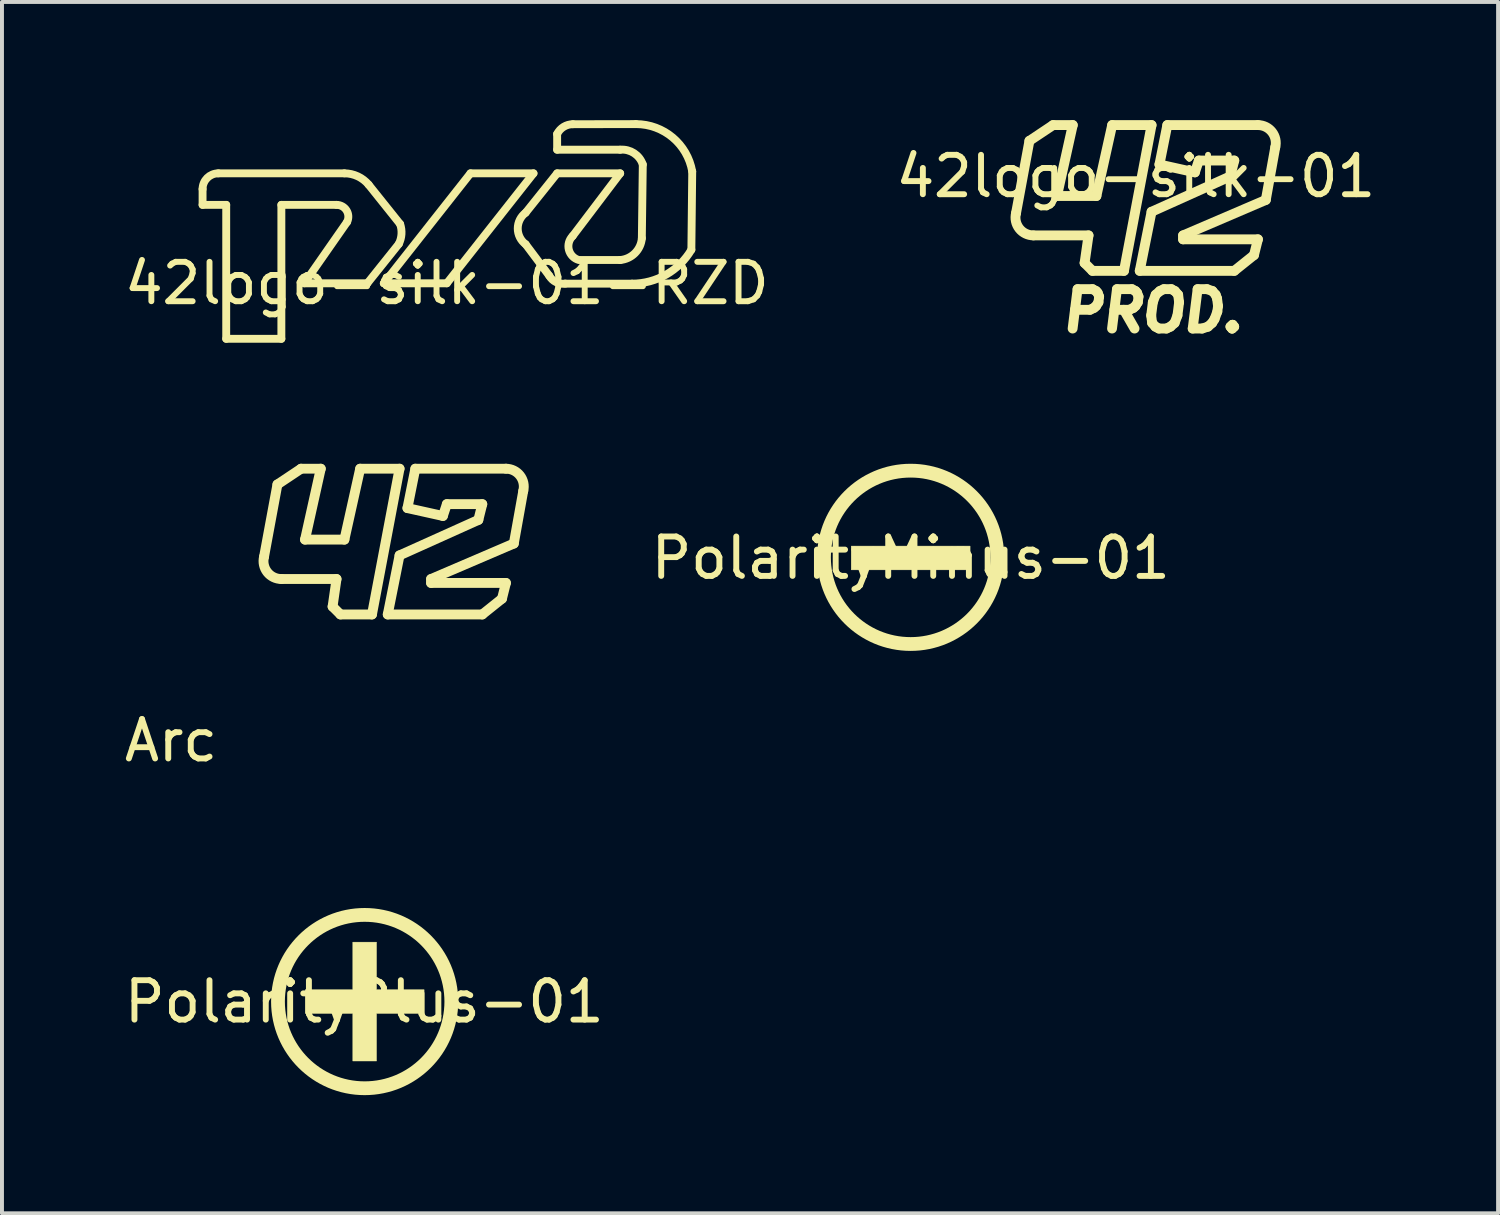
<source format=kicad_pcb>
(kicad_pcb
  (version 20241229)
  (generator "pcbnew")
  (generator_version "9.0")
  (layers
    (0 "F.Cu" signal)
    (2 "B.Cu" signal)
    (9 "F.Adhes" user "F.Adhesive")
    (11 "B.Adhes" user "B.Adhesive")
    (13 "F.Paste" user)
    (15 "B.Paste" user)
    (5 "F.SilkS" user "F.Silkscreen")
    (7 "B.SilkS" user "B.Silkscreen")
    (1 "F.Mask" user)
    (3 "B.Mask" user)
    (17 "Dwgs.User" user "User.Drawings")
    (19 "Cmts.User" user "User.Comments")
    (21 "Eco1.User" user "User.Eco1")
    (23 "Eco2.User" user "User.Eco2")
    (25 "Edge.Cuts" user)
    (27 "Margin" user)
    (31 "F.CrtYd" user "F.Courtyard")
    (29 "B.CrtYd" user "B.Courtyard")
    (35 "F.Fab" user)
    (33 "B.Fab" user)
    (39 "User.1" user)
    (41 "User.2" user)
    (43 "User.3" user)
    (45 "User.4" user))
  (footprint "PolarityPlus-01"
    (layer "F.Cu")
    (at 6.196 22.376)
    (property "Reference" "PolarityPlus-01" (at 0 0 0) (layer "F.SilkS") (effects (font (size 1 1) (thickness 0.15))))
    (attr exclude_from_pos_files exclude_from_bom allow_missing_courtyard)
    (fp_circle (center 0.01 -0.003) (end 2.21 -0.003) (stroke (width 0.35) (type solid)) (fill no) (layer "F.SilkS"))
    (fp_poly (pts (xy 0.312 -0.305) (xy 1.519 -0.305) (xy 1.519 0.299) (xy 0.312 0.299) (xy 0.312 1.506) (xy -0.291 1.506) (xy -0.291 0.299) (xy -1.499 0.299) (xy -1.499 -0.305) (xy -0.291 -0.305) (xy -0.291 -1.512) (xy 0.312 -1.512) (xy 0.312 -0.305)) (stroke (width 0.01) (type solid)) (fill yes) (layer "F.SilkS")))
  (footprint "Arc"
    (layer "F.Cu")
    (at 1.292 16.747)
    (property "Reference" "Arc" (at 0 -1 0) (layer "F.SilkS") (effects (font (size 1 1) (thickness 0.15))))
    (fp_line (start 2.7 -7.5) (end 2.36 -5.664) (stroke (width 0.25) (type default)) (layer "F.SilkS"))
    (fp_line (start 3.3 -7.9) (end 2.7 -7.5) (stroke (width 0.25) (type default)) (layer "F.SilkS"))
    (fp_line (start 3.4 -6.1) (end 4.4 -6.1) (stroke (width 0.25) (type default)) (layer "F.SilkS"))
    (fp_line (start 3.8 -7.9) (end 3.3 -7.9) (stroke (width 0.25) (type default)) (layer "F.SilkS"))
    (fp_line (start 3.8 -7.9) (end 3.4 -6.1) (stroke (width 0.25) (type default)) (layer "F.SilkS"))
    (fp_line (start 4.1 -4.4) (end 4.2 -5.1) (stroke (width 0.25) (type default)) (layer "F.SilkS"))
    (fp_line (start 4.2 -5.1) (end 2.8 -5.1) (stroke (width 0.25) (type default)) (layer "F.SilkS"))
    (fp_line (start 4.3 -4.2) (end 4.1 -4.4) (stroke (width 0.25) (type default)) (layer "F.SilkS"))
    (fp_line (start 4.4 -6.1) (end 4.8 -7.9) (stroke (width 0.25) (type default)) (layer "F.SilkS"))
    (fp_line (start 4.8 -7.9) (end 5.8 -7.9) (stroke (width 0.25) (type default)) (layer "F.SilkS"))
    (fp_line (start 5.1 -4.2) (end 4.3 -4.2) (stroke (width 0.25) (type default)) (layer "F.SilkS"))
    (fp_line (start 5.5 -4.2) (end 7.9 -4.2) (stroke (width 0.25) (type default)) (layer "F.SilkS"))
    (fp_line (start 5.8 -7.9) (end 5.1 -4.2) (stroke (width 0.25) (type default)) (layer "F.SilkS"))
    (fp_line (start 5.8 -5.7) (end 5.5 -4.2) (stroke (width 0.25) (type default)) (layer "F.SilkS"))
    (fp_line (start 6 -6.9) (end 6.9 -6.7) (stroke (width 0.25) (type default)) (layer "F.SilkS"))
    (fp_line (start 6.2 -7.9) (end 6 -6.9) (stroke (width 0.25) (type default)) (layer "F.SilkS"))
    (fp_line (start 6.2 -7.9) (end 8.5 -7.9) (stroke (width 0.25) (type default)) (layer "F.SilkS"))
    (fp_line (start 6.6 -5.1) (end 8.7 -6) (stroke (width 0.25) (type default)) (layer "F.SilkS"))
    (fp_line (start 6.6 -5) (end 6.6 -5.1) (stroke (width 0.25) (type default)) (layer "F.SilkS"))
    (fp_line (start 6.9 -6.7) (end 7 -7) (stroke (width 0.25) (type default)) (layer "F.SilkS"))
    (fp_line (start 7 -7) (end 7.9 -7) (stroke (width 0.25) (type default)) (layer "F.SilkS"))
    (fp_line (start 7.8 -6.6) (end 5.8 -5.7) (stroke (width 0.25) (type default)) (layer "F.SilkS"))
    (fp_line (start 7.9 -7) (end 7.8 -6.6) (stroke (width 0.25) (type default)) (layer "F.SilkS"))
    (fp_line (start 7.9 -4.2) (end 8.4 -4.6) (stroke (width 0.25) (type default)) (layer "F.SilkS"))
    (fp_line (start 8.4 -4.6) (end 8.5 -5) (stroke (width 0.25) (type default)) (layer "F.SilkS"))
    (fp_line (start 8.5 -5) (end 6.6 -5) (stroke (width 0.25) (type default)) (layer "F.SilkS"))
    (fp_line (start 8.7 -6) (end 8.94 -7.336) (stroke (width 0.25) (type default)) (layer "F.SilkS"))
    (fp_arc (start 2.8 -5.1) (mid 2.442359 -5.274504) (end 2.359807 -5.66379) (stroke (width 0.25) (type default)) (layer "F.SilkS"))
    (fp_arc (start 8.5 -7.9) (mid 8.857641 -7.725496) (end 8.940193 -7.33621) (stroke (width 0.25) (type default)) (layer "F.SilkS")))
  (footprint "42logo-silk-01"
    (layer "F.Cu")
    (at 25.78 2.425)
    (property "Reference" "42logo-silk-01" (at 0 -1 0) (layer "F.SilkS") (effects (font (size 1 1) (thickness 0.15))))
    (fp_line (start -2.7 -1.9) (end -3.04 -0.064) (stroke (width 0.25) (type default)) (layer "F.SilkS"))
    (fp_line (start -2.1 -2.3) (end -2.7 -1.9) (stroke (width 0.25) (type default)) (layer "F.SilkS"))
    (fp_line (start -2 -0.5) (end -1 -0.5) (stroke (width 0.25) (type default)) (layer "F.SilkS"))
    (fp_line (start -1.6 -2.3) (end -2.1 -2.3) (stroke (width 0.25) (type default)) (layer "F.SilkS"))
    (fp_line (start -1.6 -2.3) (end -2 -0.5) (stroke (width 0.25) (type default)) (layer "F.SilkS"))
    (fp_line (start -1.3 1.2) (end -1.2 0.5) (stroke (width 0.25) (type default)) (layer "F.SilkS"))
    (fp_line (start -1.2 0.5) (end -2.6 0.5) (stroke (width 0.25) (type default)) (layer "F.SilkS"))
    (fp_line (start -1.1 1.4) (end -1.3 1.2) (stroke (width 0.25) (type default)) (layer "F.SilkS"))
    (fp_line (start -1 -0.5) (end -0.6 -2.3) (stroke (width 0.25) (type default)) (layer "F.SilkS"))
    (fp_line (start -0.6 -2.3) (end 0.4 -2.3) (stroke (width 0.25) (type default)) (layer "F.SilkS"))
    (fp_line (start -0.3 1.4) (end -1.1 1.4) (stroke (width 0.25) (type default)) (layer "F.SilkS"))
    (fp_line (start 0.1 1.4) (end 2.5 1.4) (stroke (width 0.25) (type default)) (layer "F.SilkS"))
    (fp_line (start 0.4 -2.3) (end -0.3 1.4) (stroke (width 0.25) (type default)) (layer "F.SilkS"))
    (fp_line (start 0.4 -0.1) (end 0.1 1.4) (stroke (width 0.25) (type default)) (layer "F.SilkS"))
    (fp_line (start 0.6 -1.3) (end 1.5 -1.1) (stroke (width 0.25) (type default)) (layer "F.SilkS"))
    (fp_line (start 0.8 -2.3) (end 0.6 -1.3) (stroke (width 0.25) (type default)) (layer "F.SilkS"))
    (fp_line (start 0.8 -2.3) (end 3.1 -2.3) (stroke (width 0.25) (type default)) (layer "F.SilkS"))
    (fp_line (start 1.2 0.5) (end 3.3 -0.4) (stroke (width 0.25) (type default)) (layer "F.SilkS"))
    (fp_line (start 1.2 0.6) (end 1.2 0.5) (stroke (width 0.25) (type default)) (layer "F.SilkS"))
    (fp_line (start 1.5 -1.1) (end 1.6 -1.4) (stroke (width 0.25) (type default)) (layer "F.SilkS"))
    (fp_line (start 1.6 -1.4) (end 2.5 -1.4) (stroke (width 0.25) (type default)) (layer "F.SilkS"))
    (fp_line (start 2.4 -1) (end 0.4 -0.1) (stroke (width 0.25) (type default)) (layer "F.SilkS"))
    (fp_line (start 2.5 -1.4) (end 2.4 -1) (stroke (width 0.25) (type default)) (layer "F.SilkS"))
    (fp_line (start 2.5 1.4) (end 3 1) (stroke (width 0.25) (type default)) (layer "F.SilkS"))
    (fp_line (start 3 1) (end 3.1 0.6) (stroke (width 0.25) (type default)) (layer "F.SilkS"))
    (fp_line (start 3.1 0.6) (end 1.2 0.6) (stroke (width 0.25) (type default)) (layer "F.SilkS"))
    (fp_line (start 3.3 -0.4) (end 3.54 -1.736) (stroke (width 0.25) (type default)) (layer "F.SilkS"))
    (fp_arc (start -2.6 0.5) (mid -2.957621 0.325497) (end -3.040193 -0.06379) (stroke (width 0.25) (type default)) (layer "F.SilkS"))
    (fp_arc (start 3.1 -2.3) (mid 3.457621 -2.125497) (end 3.540193 -1.73621) (stroke (width 0.25) (type default)) (layer "F.SilkS"))
    (fp_text user "PROD." (at -2 3 0) (unlocked yes) (layer "F.SilkS") (effects (font (size 1 1) (thickness 0.25) (bold yes) (italic yes)) (justify left bottom))))
  (footprint "PolarityMinus-01"
    (layer "F.Cu")
    (at 20.067 11.113)
    (property "Reference" "PolarityMinus-01" (at 0 0 0) (layer "F.SilkS") (effects (font (size 1 1) (thickness 0.15))))
    (attr exclude_from_pos_files exclude_from_bom allow_missing_courtyard)
    (fp_circle (center -0.002 -0.016) (end 2.198 -0.016) (stroke (width 0.35) (type solid)) (fill no) (layer "F.SilkS"))
    (fp_poly (pts (xy 1.507 0.302) (xy -1.511 0.302) (xy -1.511 -0.302) (xy 1.507 -0.302) (xy 1.507 0.302)) (stroke (width 0.01) (type solid)) (fill yes) (layer "F.SilkS")))
  (footprint "42logo-silk-01-RZD"
    (layer "F.Cu")
    (at 8.292 3.75)
    (property "Reference" "42logo-silk-01-RZD" (at 0 0.391 0) (layer "F.SilkS") (effects (font (size 1 1) (thickness 0.15))))
    (fp_line (start -6.2 -1.6) (end -6.2 -2) (stroke (width 0.2) (type default)) (layer "F.SilkS"))
    (fp_line (start -5.8 -2.4) (end -2.6 -2.4) (stroke (width 0.2) (type default)) (layer "F.SilkS"))
    (fp_line (start -5.6 -1.6) (end -6.2 -1.6) (stroke (width 0.2) (type default)) (layer "F.SilkS"))
    (fp_line (start -5.6 1.8) (end -5.6 -1.6) (stroke (width 0.2) (type default)) (layer "F.SilkS"))
    (fp_line (start -4.2 -1.6) (end -2.8 -1.6) (stroke (width 0.2) (type default)) (layer "F.SilkS"))
    (fp_line (start -4.2 1.8) (end -5.6 1.8) (stroke (width 0.2) (type default)) (layer "F.SilkS"))
    (fp_line (start -4.2 1.8) (end -4.2 -1.6) (stroke (width 0.2) (type default)) (layer "F.SilkS"))
    (fp_line (start -3.618 0.391) (end -2.018 0.391) (stroke (width 0.2) (type default)) (layer "F.SilkS"))
    (fp_line (start -2.532 -1.166) (end -3.618 0.391) (stroke (width 0.2) (type default)) (layer "F.SilkS"))
    (fp_line (start -2.018 0.391) (end -1.218 -0.609) (stroke (width 0.2) (type default)) (layer "F.SilkS"))
    (fp_line (start -1.985 -2.112) (end -1.185 -1.112) (stroke (width 0.2) (type default)) (layer "F.SilkS"))
    (fp_line (start -1.6 0.391) (end 0.6 -2.4) (stroke (width 0.2) (type default)) (layer "F.SilkS"))
    (fp_line (start 0 0.391) (end -1.6 0.391) (stroke (width 0.2) (type default)) (layer "F.SilkS"))
    (fp_line (start 0.6 -2.4) (end 2.2 -2.4) (stroke (width 0.2) (type default)) (layer "F.SilkS"))
    (fp_line (start 2 -1.4) (end 2.8 -2.4) (stroke (width 0.2) (type default)) (layer "F.SilkS"))
    (fp_line (start 2.2 -2.4) (end 0 0.391) (stroke (width 0.2) (type default)) (layer "F.SilkS"))
    (fp_line (start 2.6 0.2) (end 2 -0.6) (stroke (width 0.2) (type default)) (layer "F.SilkS"))
    (fp_line (start 2.8 -3) (end 2.8 -3.4) (stroke (width 0.2) (type default)) (layer "F.SilkS"))
    (fp_line (start 2.8 -2.4) (end 4.4 -2.4) (stroke (width 0.2) (type default)) (layer "F.SilkS"))
    (fp_line (start 3.2 -3.647) (end 4.8 -3.65) (stroke (width 0.2) (type default)) (layer "F.SilkS"))
    (fp_line (start 3.4 -0.2) (end 4.4 -0.2) (stroke (width 0.2) (type default)) (layer "F.SilkS"))
    (fp_line (start 4.4 -3) (end 2.8 -3) (stroke (width 0.2) (type default)) (layer "F.SilkS"))
    (fp_line (start 4.4 -2.4) (end 3.193 -0.807) (stroke (width 0.2) (type default)) (layer "F.SilkS"))
    (fp_line (start 4.7 0.4) (end 3 0.4) (stroke (width 0.2) (type default)) (layer "F.SilkS"))
    (fp_line (start 4.974 -2.625) (end 4.95 -0.752) (stroke (width 0.2) (type default)) (layer "F.SilkS"))
    (fp_line (start 6.229 -2.448) (end 6.207 -0.461) (stroke (width 0.2) (type default)) (layer "F.SilkS"))
    (fp_arc (start -6.2 -2) (mid -6.082843 -2.282843) (end -5.8 -2.4) (stroke (width 0.2) (type default)) (layer "F.SilkS"))
    (fp_arc (start -2.8 -1.6) (mid -2.544804 -1.457719) (end -2.531672 -1.165836) (stroke (width 0.2) (type default)) (layer "F.SilkS"))
    (fp_arc (start -2.6 -2.4) (mid -2.260676 -2.324472) (end -1.985423 -2.112148) (stroke (width 0.2) (type default)) (layer "F.SilkS"))
    (fp_arc (start -1.185424 -1.112148) (mid -1.151238 -0.85736) (end -1.218477 -0.609239) (stroke (width 0.2) (type default)) (layer "F.SilkS"))
    (fp_arc (start 2 -0.6) (mid 1.8 -1) (end 2 -1.4) (stroke (width 0.2) (type default)) (layer "F.SilkS"))
    (fp_arc (start 2.800001 -3.4) (mid 2.964887 -3.580422) (end 3.2 -3.647213) (stroke (width 0.2) (type default)) (layer "F.SilkS"))
    (fp_arc (start 3.007009 0.399061) (mid 2.772892 0.362122) (end 2.600001 0.2) (stroke (width 0.2) (type default)) (layer "F.SilkS"))
    (fp_arc (start 3.35 -0.2) (mid 3.097633 -0.458692) (end 3.19261 -0.80739) (stroke (width 0.2) (type default)) (layer "F.SilkS"))
    (fp_arc (start 4.4 -3) (mid 4.752283 -2.912195) (end 4.973927 -2.624642) (stroke (width 0.2) (type default)) (layer "F.SilkS"))
    (fp_arc (start 4.8 -3.65) (mid 5.733342 -3.309672) (end 6.228557 -2.448445) (stroke (width 0.2) (type default)) (layer "F.SilkS"))
    (fp_arc (start 4.950154 -0.751905) (mid 4.776409 -0.374943) (end 4.400001 -0.200002) (stroke (width 0.2) (type default)) (layer "F.SilkS"))
    (fp_arc (start 6.207348 -0.460954) (mid 5.567949 0.169594) (end 4.7 0.4) (stroke (width 0.2) (type default)) (layer "F.SilkS")))
  (gr_rect
    (start -3 -3)
    (end 34.976 27.747)
    (stroke (width 0.1) (type default))
    (fill no)
    (layer "Edge.Cuts")))
</source>
